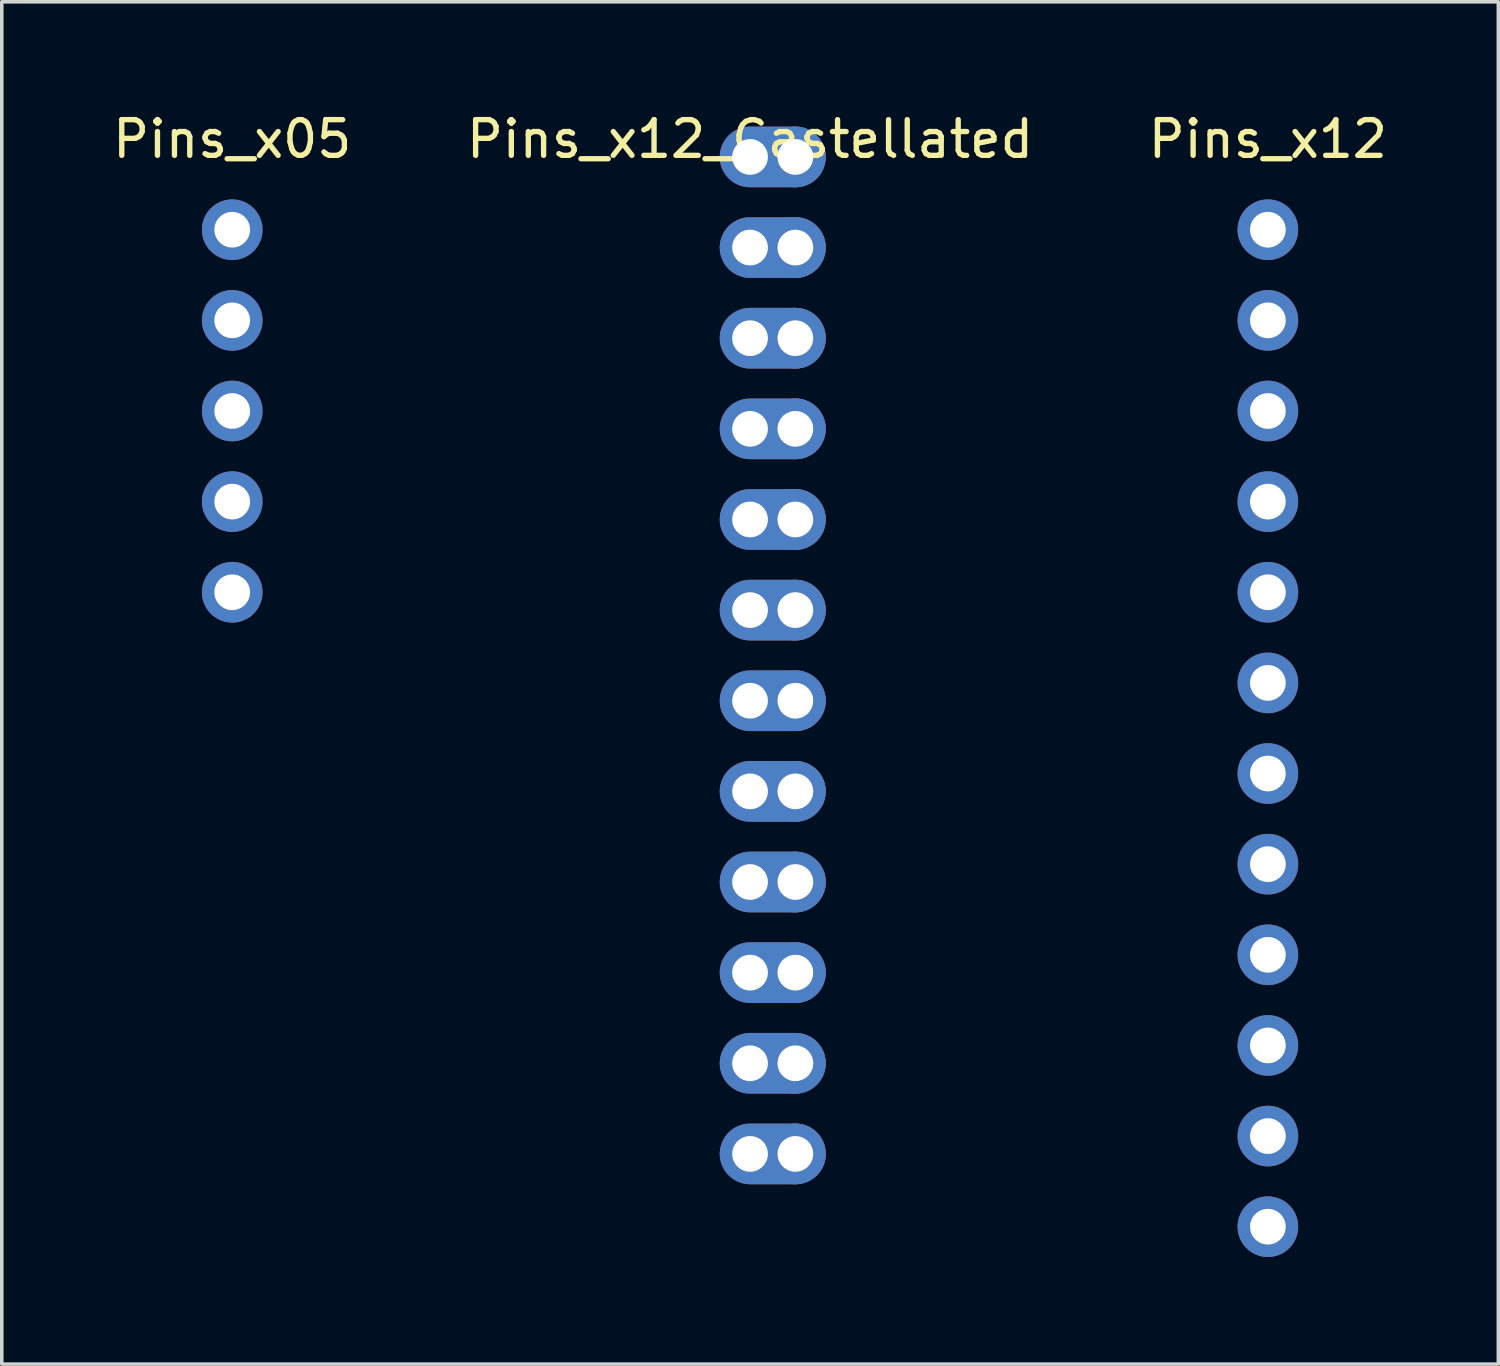
<source format=kicad_pcb>
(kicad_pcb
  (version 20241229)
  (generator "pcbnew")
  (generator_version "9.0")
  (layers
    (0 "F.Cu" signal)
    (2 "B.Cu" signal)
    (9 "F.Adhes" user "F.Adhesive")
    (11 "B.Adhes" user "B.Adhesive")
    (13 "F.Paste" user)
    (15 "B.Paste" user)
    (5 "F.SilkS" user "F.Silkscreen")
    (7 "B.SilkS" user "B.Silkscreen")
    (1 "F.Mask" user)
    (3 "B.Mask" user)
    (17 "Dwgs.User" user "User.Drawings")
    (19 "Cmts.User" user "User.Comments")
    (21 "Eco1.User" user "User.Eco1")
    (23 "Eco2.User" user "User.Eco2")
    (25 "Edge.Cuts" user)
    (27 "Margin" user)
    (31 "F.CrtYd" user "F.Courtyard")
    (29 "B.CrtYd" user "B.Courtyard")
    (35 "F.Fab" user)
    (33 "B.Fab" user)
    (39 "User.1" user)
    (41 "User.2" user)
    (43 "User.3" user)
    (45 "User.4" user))
  (footprint "Pins_x12"
    (layer "F.Cu")
    (at 32.482 3.388)
    (property "Reference" "Pins_x12" (at 0 -2.54 0) (layer "F.SilkS") (effects (font (size 1 1) (thickness 0.15))))
    (attr through_hole exclude_from_pos_files exclude_from_bom)
    (pad "1" thru_hole circle (at 0 0) (size 1.7 1.7) (drill 1) (layers "*.Cu" "*.Mask"))
    (pad "2" thru_hole circle (at 0 2.54) (size 1.7 1.7) (drill 1) (layers "*.Cu" "*.Mask"))
    (pad "3" thru_hole circle (at 0 5.08) (size 1.7 1.7) (drill 1) (layers "*.Cu" "*.Mask"))
    (pad "4" thru_hole circle (at 0 7.62) (size 1.7 1.7) (drill 1) (layers "*.Cu" "*.Mask"))
    (pad "5" thru_hole circle (at 0 10.16) (size 1.7 1.7) (drill 1) (layers "*.Cu" "*.Mask"))
    (pad "6" thru_hole circle (at 0 12.7) (size 1.7 1.7) (drill 1) (layers "*.Cu" "*.Mask"))
    (pad "7" thru_hole circle (at 0 15.24) (size 1.7 1.7) (drill 1) (layers "*.Cu" "*.Mask"))
    (pad "8" thru_hole circle (at 0 17.78) (size 1.7 1.7) (drill 1) (layers "*.Cu" "*.Mask"))
    (pad "9" thru_hole circle (at 0 20.32) (size 1.7 1.7) (drill 1) (layers "*.Cu" "*.Mask"))
    (pad "10" thru_hole circle (at 0 22.86) (size 1.7 1.7) (drill 1) (layers "*.Cu" "*.Mask"))
    (pad "11" thru_hole circle (at 0 25.4) (size 1.7 1.7) (drill 1) (layers "*.Cu" "*.Mask"))
    (pad "12" thru_hole circle (at 0 27.94) (size 1.7 1.7) (drill 1) (layers "*.Cu" "*.Mask")))
  (footprint "Pins_x05"
    (layer "F.Cu")
    (at 3.458 3.388)
    (property "Reference" "Pins_x05" (at 0 -2.54 0) (layer "F.SilkS") (effects (font (size 1 1) (thickness 0.15))))
    (attr through_hole exclude_from_pos_files exclude_from_bom)
    (pad "1" thru_hole circle (at 0 0) (size 1.7 1.7) (drill 1) (layers "*.Cu" "*.Mask"))
    (pad "2" thru_hole circle (at 0 2.54) (size 1.7 1.7) (drill 1) (layers "*.Cu" "*.Mask"))
    (pad "3" thru_hole circle (at 0 5.08) (size 1.7 1.7) (drill 1) (layers "*.Cu" "*.Mask"))
    (pad "4" thru_hole circle (at 0 7.62) (size 1.7 1.7) (drill 1) (layers "*.Cu" "*.Mask"))
    (pad "5" thru_hole circle (at 0 10.16) (size 1.7 1.7) (drill 1) (layers "*.Cu" "*.Mask")))
  (footprint "Pins_x12_Castellated"
    (layer "F.Cu")
    (at 17.97 1.348)
    (property "Reference" "Pins_x12_Castellated" (at 0 -0.5 0) (unlocked yes) (layer "F.SilkS") (effects (font (size 1 1) (thickness 0.15))))
    (attr through_hole exclude_from_pos_files exclude_from_bom)
    (pad "1" thru_hole oval (at 0 0) (size 2.97 1.7) (drill 1 (offset 0.635 0)) (layers "*.Cu" "*.Mask"))
    (pad "1" thru_hole oval (at 1.27 0) (size 1.7 1.7) (drill 1) (property pad_prop_castellated) (layers "*.Cu" "*.Mask"))
    (pad "2" thru_hole oval (at 0 2.54) (size 2.97 1.7) (drill 1 (offset 0.635 0)) (layers "*.Cu" "*.Mask"))
    (pad "2" thru_hole circle (at 1.27 2.54) (size 1.7 1.7) (drill 1) (property pad_prop_castellated) (layers "*.Cu" "*.Mask"))
    (pad "3" thru_hole oval (at 0 5.08) (size 2.97 1.7) (drill 1 (offset 0.635 0)) (layers "*.Cu" "*.Mask"))
    (pad "3" thru_hole circle (at 1.27 5.08) (size 1.7 1.7) (drill 1) (property pad_prop_castellated) (layers "*.Cu" "*.Mask"))
    (pad "4" thru_hole oval (at 0 7.62) (size 2.97 1.7) (drill 1 (offset 0.635 0)) (layers "*.Cu" "*.Mask"))
    (pad "4" thru_hole circle (at 1.27 7.62) (size 1.7 1.7) (drill 1) (property pad_prop_castellated) (layers "*.Cu" "*.Mask"))
    (pad "5" thru_hole oval (at 0 10.16) (size 2.97 1.7) (drill 1 (offset 0.635 0)) (layers "*.Cu" "*.Mask"))
    (pad "5" thru_hole circle (at 1.27 10.16) (size 1.7 1.7) (drill 1) (property pad_prop_castellated) (layers "*.Cu" "*.Mask"))
    (pad "6" thru_hole oval (at 0 12.7) (size 2.97 1.7) (drill 1 (offset 0.635 0)) (layers "*.Cu" "*.Mask"))
    (pad "6" thru_hole oval (at 1.27 12.7) (size 1.7 1.7) (drill 1) (property pad_prop_castellated) (layers "*.Cu" "*.Mask"))
    (pad "7" thru_hole oval (at 0 15.24) (size 2.97 1.7) (drill 1 (offset 0.635 0)) (layers "*.Cu" "*.Mask"))
    (pad "7" thru_hole circle (at 1.27 15.24) (size 1.7 1.7) (drill 1) (property pad_prop_castellated) (layers "*.Cu" "*.Mask"))
    (pad "8" thru_hole oval (at 0 17.78) (size 2.97 1.7) (drill 1 (offset 0.635 0)) (layers "*.Cu" "*.Mask"))
    (pad "8" thru_hole circle (at 1.27 17.78) (size 1.7 1.7) (drill 1) (property pad_prop_castellated) (layers "*.Cu" "*.Mask"))
    (pad "9" thru_hole oval (at 0 20.32) (size 2.97 1.7) (drill 1 (offset 0.635 0)) (layers "*.Cu" "*.Mask"))
    (pad "9" thru_hole circle (at 1.27 20.32) (size 1.7 1.7) (drill 1) (property pad_prop_castellated) (layers "*.Cu" "*.Mask"))
    (pad "10" thru_hole oval (at 0 22.86) (size 2.97 1.7) (drill 1 (offset 0.635 0)) (layers "*.Cu" "*.Mask"))
    (pad "10" thru_hole circle (at 1.27 22.86) (size 1.7 1.7) (drill 1) (property pad_prop_castellated) (layers "*.Cu" "*.Mask"))
    (pad "11" thru_hole oval (at 0 25.4) (size 2.97 1.7) (drill 1 (offset 0.635 0)) (layers "*.Cu" "*.Mask"))
    (pad "11" thru_hole circle (at 1.27 25.4) (size 1.7 1.7) (drill 1) (property pad_prop_castellated) (layers "*.Cu" "*.Mask"))
    (pad "12" thru_hole oval (at 0 27.94) (size 2.97 1.7) (drill 1 (offset 0.635 0)) (layers "*.Cu" "*.Mask"))
    (pad "12" thru_hole circle (at 1.27 27.94) (size 1.7 1.7) (drill 1) (property pad_prop_castellated) (layers "*.Cu" "*.Mask")))
  (gr_rect
    (start -3 -3)
    (end 38.94 35.178)
    (stroke (width 0.1) (type default))
    (fill no)
    (layer "Edge.Cuts")))
</source>
